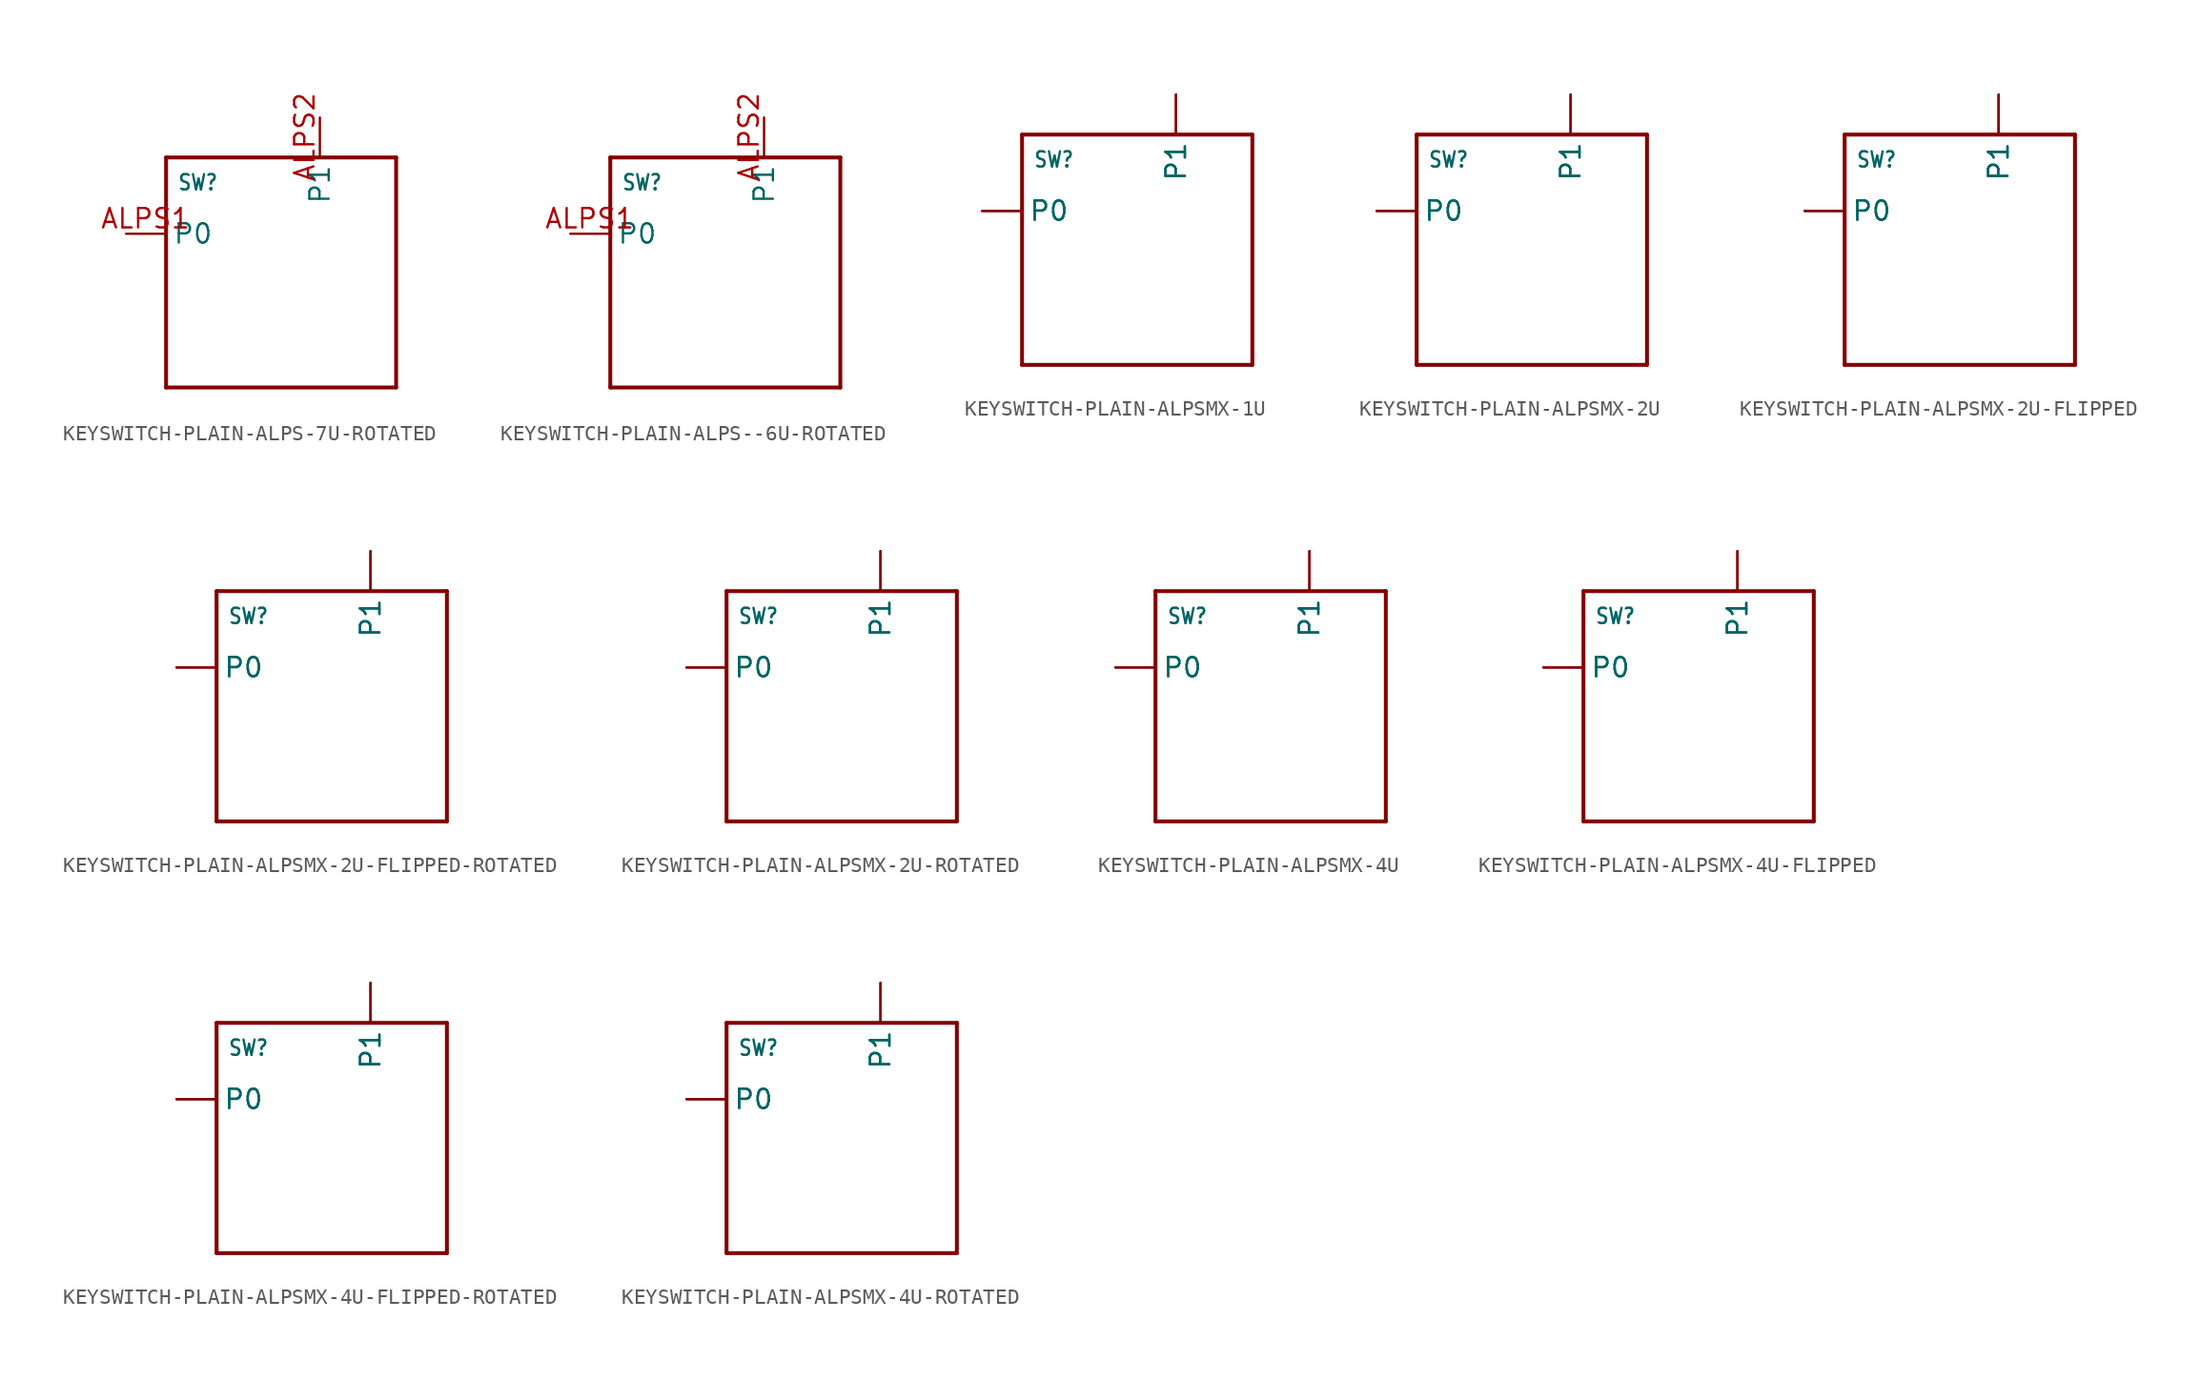
<source format=kicad_sym>
(kicad_symbol_lib
  (version 20211014)
  (generator kicad_symbol_editor)
  (symbol "KEYSWITCH-PLAIN-ALPS-7U-ROTATED"
    (property "Reference" "SW"
      (at -6.81 5.318 0)
      (effects (font (size 1 0.85)) (justify left bottom)))
    (property "ki_locked" ""
      (at 0 0 0)
      (effects (font (size 1.27 1.27))))
    (symbol "KEYSWITCH-PLAIN-ALPS-7U-ROTATED_1_0"
      (polyline (pts (xy -7.54 -7.54) (xy -7.54 7.54)) (stroke (width 0.254) (type default) (color 0 0 0 0)) (fill (type none)))
      (polyline (pts (xy -7.54 7.54) (xy 7.54 7.54)) (stroke (width 0.254) (type default) (color 0 0 0 0)) (fill (type none)))
      (polyline (pts (xy 7.54 -7.54) (xy -7.54 -7.54)) (stroke (width 0.254) (type default) (color 0 0 0 0)) (fill (type none)))
      (polyline (pts (xy 7.54 7.54) (xy 7.54 -7.54)) (stroke (width 0.254) (type default) (color 0 0 0 0)) (fill (type none)))
      (pin bidirectional line (at -10.16 2.54 0) (length 2.54) (name "P0" (effects (font (size 1.27 1.27)))) (number "ALPS1" (effects (font (size 1.27 1.27)))))
      (pin bidirectional line (at 2.54 10.16 270) (length 2.54) (name "P1" (effects (font (size 1.27 1.27)))) (number "ALPS2" (effects (font (size 1.27 1.27)))))))
  (symbol "KEYSWITCH-PLAIN-ALPS--6U-ROTATED"
    (property "Reference" "SW"
      (at -6.81 5.318 0)
      (effects (font (size 1 0.85)) (justify left bottom)))
    (property "ki_locked" ""
      (at 0 0 0)
      (effects (font (size 1.27 1.27))))
    (symbol "KEYSWITCH-PLAIN-ALPS--6U-ROTATED_1_0"
      (polyline (pts (xy -7.54 -7.54) (xy -7.54 7.54)) (stroke (width 0.254) (type default) (color 0 0 0 0)) (fill (type none)))
      (polyline (pts (xy -7.54 7.54) (xy 7.54 7.54)) (stroke (width 0.254) (type default) (color 0 0 0 0)) (fill (type none)))
      (polyline (pts (xy 7.54 -7.54) (xy -7.54 -7.54)) (stroke (width 0.254) (type default) (color 0 0 0 0)) (fill (type none)))
      (polyline (pts (xy 7.54 7.54) (xy 7.54 -7.54)) (stroke (width 0.254) (type default) (color 0 0 0 0)) (fill (type none)))
      (pin bidirectional line (at -10.16 2.54 0) (length 2.54) (name "P0" (effects (font (size 1.27 1.27)))) (number "ALPS1" (effects (font (size 1.27 1.27)))))
      (pin bidirectional line (at 2.54 10.16 270) (length 2.54) (name "P1" (effects (font (size 1.27 1.27)))) (number "ALPS2" (effects (font (size 1.27 1.27)))))))
  (symbol "KEYSWITCH-PLAIN-ALPSMX-1U"
    (property "Reference" "SW"
      (at -6.81 5.318 0)
      (effects (font (size 1 0.85)) (justify left bottom)))
    (property "ki_locked" ""
      (at 0 0 0)
      (effects (font (size 1.27 1.27))))
    (symbol "KEYSWITCH-PLAIN-ALPSMX-1U_1_0"
      (polyline (pts (xy -7.54 -7.54) (xy -7.54 7.54)) (stroke (width 0.254) (type default) (color 0 0 0 0)) (fill (type none)))
      (polyline (pts (xy -7.54 7.54) (xy 7.54 7.54)) (stroke (width 0.254) (type default) (color 0 0 0 0)) (fill (type none)))
      (polyline (pts (xy 7.54 -7.54) (xy -7.54 -7.54)) (stroke (width 0.254) (type default) (color 0 0 0 0)) (fill (type none)))
      (polyline (pts (xy 7.54 7.54) (xy 7.54 -7.54)) (stroke (width 0.254) (type default) (color 0 0 0 0)) (fill (type none)))
      (pin bidirectional line (at -10.16 2.54 0) (length 2.54) (name "P0" (effects (font (size 1.27 1.27)))) (number "ALPS1" (effects (font (size 0 0)))))
      (pin bidirectional line (at 2.54 10.16 270) (length 2.54) (name "P1" (effects (font (size 1.27 1.27)))) (number "ALPS2" (effects (font (size 0 0)))))
      (pin bidirectional line (at -10.16 2.54 0) (length 2.54) (name "P0" (effects (font (size 1.27 1.27)))) (number "MX1" (effects (font (size 0 0)))))
      (pin bidirectional line (at 2.54 10.16 270) (length 2.54) (name "P1" (effects (font (size 1.27 1.27)))) (number "MX2" (effects (font (size 0 0)))))))
  (symbol "KEYSWITCH-PLAIN-ALPSMX-2U"
    (property "Reference" "SW"
      (at -6.81 5.318 0)
      (effects (font (size 1 0.85)) (justify left bottom)))
    (property "ki_locked" ""
      (at 0 0 0)
      (effects (font (size 1.27 1.27))))
    (symbol "KEYSWITCH-PLAIN-ALPSMX-2U_1_0"
      (polyline (pts (xy -7.54 -7.54) (xy -7.54 7.54)) (stroke (width 0.254) (type default) (color 0 0 0 0)) (fill (type none)))
      (polyline (pts (xy -7.54 7.54) (xy 7.54 7.54)) (stroke (width 0.254) (type default) (color 0 0 0 0)) (fill (type none)))
      (polyline (pts (xy 7.54 -7.54) (xy -7.54 -7.54)) (stroke (width 0.254) (type default) (color 0 0 0 0)) (fill (type none)))
      (polyline (pts (xy 7.54 7.54) (xy 7.54 -7.54)) (stroke (width 0.254) (type default) (color 0 0 0 0)) (fill (type none)))
      (pin bidirectional line (at -10.16 2.54 0) (length 2.54) (name "P0" (effects (font (size 1.27 1.27)))) (number "ALPS1" (effects (font (size 0 0)))))
      (pin bidirectional line (at 2.54 10.16 270) (length 2.54) (name "P1" (effects (font (size 1.27 1.27)))) (number "ALPS2" (effects (font (size 0 0)))))
      (pin bidirectional line (at -10.16 2.54 0) (length 2.54) (name "P0" (effects (font (size 1.27 1.27)))) (number "MX1" (effects (font (size 0 0)))))
      (pin bidirectional line (at 2.54 10.16 270) (length 2.54) (name "P1" (effects (font (size 1.27 1.27)))) (number "MX2" (effects (font (size 0 0)))))))
  (symbol "KEYSWITCH-PLAIN-ALPSMX-2U-FLIPPED"
    (property "Reference" "SW"
      (at -6.81 5.318 0)
      (effects (font (size 1 0.85)) (justify left bottom)))
    (property "ki_locked" ""
      (at 0 0 0)
      (effects (font (size 1.27 1.27))))
    (symbol "KEYSWITCH-PLAIN-ALPSMX-2U-FLIPPED_1_0"
      (polyline (pts (xy -7.54 -7.54) (xy -7.54 7.54)) (stroke (width 0.254) (type default) (color 0 0 0 0)) (fill (type none)))
      (polyline (pts (xy -7.54 7.54) (xy 7.54 7.54)) (stroke (width 0.254) (type default) (color 0 0 0 0)) (fill (type none)))
      (polyline (pts (xy 7.54 -7.54) (xy -7.54 -7.54)) (stroke (width 0.254) (type default) (color 0 0 0 0)) (fill (type none)))
      (polyline (pts (xy 7.54 7.54) (xy 7.54 -7.54)) (stroke (width 0.254) (type default) (color 0 0 0 0)) (fill (type none)))
      (pin bidirectional line (at -10.16 2.54 0) (length 2.54) (name "P0" (effects (font (size 1.27 1.27)))) (number "ALPS1" (effects (font (size 0 0)))))
      (pin bidirectional line (at 2.54 10.16 270) (length 2.54) (name "P1" (effects (font (size 1.27 1.27)))) (number "ALPS2" (effects (font (size 0 0)))))
      (pin bidirectional line (at -10.16 2.54 0) (length 2.54) (name "P0" (effects (font (size 1.27 1.27)))) (number "MX1" (effects (font (size 0 0)))))
      (pin bidirectional line (at 2.54 10.16 270) (length 2.54) (name "P1" (effects (font (size 1.27 1.27)))) (number "MX2" (effects (font (size 0 0)))))))
  (symbol "KEYSWITCH-PLAIN-ALPSMX-2U-FLIPPED-ROTATED"
    (property "Reference" "SW"
      (at -6.81 5.318 0)
      (effects (font (size 1 0.85)) (justify left bottom)))
    (property "ki_locked" ""
      (at 0 0 0)
      (effects (font (size 1.27 1.27))))
    (symbol "KEYSWITCH-PLAIN-ALPSMX-2U-FLIPPED-ROTATED_1_0"
      (polyline (pts (xy -7.54 -7.54) (xy -7.54 7.54)) (stroke (width 0.254) (type default) (color 0 0 0 0)) (fill (type none)))
      (polyline (pts (xy -7.54 7.54) (xy 7.54 7.54)) (stroke (width 0.254) (type default) (color 0 0 0 0)) (fill (type none)))
      (polyline (pts (xy 7.54 -7.54) (xy -7.54 -7.54)) (stroke (width 0.254) (type default) (color 0 0 0 0)) (fill (type none)))
      (polyline (pts (xy 7.54 7.54) (xy 7.54 -7.54)) (stroke (width 0.254) (type default) (color 0 0 0 0)) (fill (type none)))
      (pin bidirectional line (at -10.16 2.54 0) (length 2.54) (name "P0" (effects (font (size 1.27 1.27)))) (number "ALPS1" (effects (font (size 0 0)))))
      (pin bidirectional line (at 2.54 10.16 270) (length 2.54) (name "P1" (effects (font (size 1.27 1.27)))) (number "ALPS2" (effects (font (size 0 0)))))
      (pin bidirectional line (at -10.16 2.54 0) (length 2.54) (name "P0" (effects (font (size 1.27 1.27)))) (number "MX1" (effects (font (size 0 0)))))
      (pin bidirectional line (at 2.54 10.16 270) (length 2.54) (name "P1" (effects (font (size 1.27 1.27)))) (number "MX2" (effects (font (size 0 0)))))))
  (symbol "KEYSWITCH-PLAIN-ALPSMX-2U-ROTATED"
    (property "Reference" "SW"
      (at -6.81 5.318 0)
      (effects (font (size 1 0.85)) (justify left bottom)))
    (property "ki_locked" ""
      (at 0 0 0)
      (effects (font (size 1.27 1.27))))
    (symbol "KEYSWITCH-PLAIN-ALPSMX-2U-ROTATED_1_0"
      (polyline (pts (xy -7.54 -7.54) (xy -7.54 7.54)) (stroke (width 0.254) (type default) (color 0 0 0 0)) (fill (type none)))
      (polyline (pts (xy -7.54 7.54) (xy 7.54 7.54)) (stroke (width 0.254) (type default) (color 0 0 0 0)) (fill (type none)))
      (polyline (pts (xy 7.54 -7.54) (xy -7.54 -7.54)) (stroke (width 0.254) (type default) (color 0 0 0 0)) (fill (type none)))
      (polyline (pts (xy 7.54 7.54) (xy 7.54 -7.54)) (stroke (width 0.254) (type default) (color 0 0 0 0)) (fill (type none)))
      (pin bidirectional line (at -10.16 2.54 0) (length 2.54) (name "P0" (effects (font (size 1.27 1.27)))) (number "ALPS1" (effects (font (size 0 0)))))
      (pin bidirectional line (at 2.54 10.16 270) (length 2.54) (name "P1" (effects (font (size 1.27 1.27)))) (number "ALPS2" (effects (font (size 0 0)))))
      (pin bidirectional line (at -10.16 2.54 0) (length 2.54) (name "P0" (effects (font (size 1.27 1.27)))) (number "MX1" (effects (font (size 0 0)))))
      (pin bidirectional line (at 2.54 10.16 270) (length 2.54) (name "P1" (effects (font (size 1.27 1.27)))) (number "MX2" (effects (font (size 0 0)))))))
  (symbol "KEYSWITCH-PLAIN-ALPSMX-4U"
    (property "Reference" "SW"
      (at -6.81 5.318 0)
      (effects (font (size 1 0.85)) (justify left bottom)))
    (property "ki_locked" ""
      (at 0 0 0)
      (effects (font (size 1.27 1.27))))
    (symbol "KEYSWITCH-PLAIN-ALPSMX-4U_1_0"
      (polyline (pts (xy -7.54 -7.54) (xy -7.54 7.54)) (stroke (width 0.254) (type default) (color 0 0 0 0)) (fill (type none)))
      (polyline (pts (xy -7.54 7.54) (xy 7.54 7.54)) (stroke (width 0.254) (type default) (color 0 0 0 0)) (fill (type none)))
      (polyline (pts (xy 7.54 -7.54) (xy -7.54 -7.54)) (stroke (width 0.254) (type default) (color 0 0 0 0)) (fill (type none)))
      (polyline (pts (xy 7.54 7.54) (xy 7.54 -7.54)) (stroke (width 0.254) (type default) (color 0 0 0 0)) (fill (type none)))
      (pin bidirectional line (at -10.16 2.54 0) (length 2.54) (name "P0" (effects (font (size 1.27 1.27)))) (number "ALPS1" (effects (font (size 0 0)))))
      (pin bidirectional line (at 2.54 10.16 270) (length 2.54) (name "P1" (effects (font (size 1.27 1.27)))) (number "ALPS2" (effects (font (size 0 0)))))
      (pin bidirectional line (at -10.16 2.54 0) (length 2.54) (name "P0" (effects (font (size 1.27 1.27)))) (number "MX1" (effects (font (size 0 0)))))
      (pin bidirectional line (at 2.54 10.16 270) (length 2.54) (name "P1" (effects (font (size 1.27 1.27)))) (number "MX2" (effects (font (size 0 0)))))))
  (symbol "KEYSWITCH-PLAIN-ALPSMX-4U-FLIPPED"
    (property "Reference" "SW"
      (at -6.81 5.318 0)
      (effects (font (size 1 0.85)) (justify left bottom)))
    (property "ki_locked" ""
      (at 0 0 0)
      (effects (font (size 1.27 1.27))))
    (symbol "KEYSWITCH-PLAIN-ALPSMX-4U-FLIPPED_1_0"
      (polyline (pts (xy -7.54 -7.54) (xy -7.54 7.54)) (stroke (width 0.254) (type default) (color 0 0 0 0)) (fill (type none)))
      (polyline (pts (xy -7.54 7.54) (xy 7.54 7.54)) (stroke (width 0.254) (type default) (color 0 0 0 0)) (fill (type none)))
      (polyline (pts (xy 7.54 -7.54) (xy -7.54 -7.54)) (stroke (width 0.254) (type default) (color 0 0 0 0)) (fill (type none)))
      (polyline (pts (xy 7.54 7.54) (xy 7.54 -7.54)) (stroke (width 0.254) (type default) (color 0 0 0 0)) (fill (type none)))
      (pin bidirectional line (at -10.16 2.54 0) (length 2.54) (name "P0" (effects (font (size 1.27 1.27)))) (number "ALPS1" (effects (font (size 0 0)))))
      (pin bidirectional line (at 2.54 10.16 270) (length 2.54) (name "P1" (effects (font (size 1.27 1.27)))) (number "ALPS2" (effects (font (size 0 0)))))
      (pin bidirectional line (at -10.16 2.54 0) (length 2.54) (name "P0" (effects (font (size 1.27 1.27)))) (number "MX1" (effects (font (size 0 0)))))
      (pin bidirectional line (at 2.54 10.16 270) (length 2.54) (name "P1" (effects (font (size 1.27 1.27)))) (number "MX2" (effects (font (size 0 0)))))))
  (symbol "KEYSWITCH-PLAIN-ALPSMX-4U-FLIPPED-ROTATED"
    (property "Reference" "SW"
      (at -6.81 5.318 0)
      (effects (font (size 1 0.85)) (justify left bottom)))
    (property "ki_locked" ""
      (at 0 0 0)
      (effects (font (size 1.27 1.27))))
    (symbol "KEYSWITCH-PLAIN-ALPSMX-4U-FLIPPED-ROTATED_1_0"
      (polyline (pts (xy -7.54 -7.54) (xy -7.54 7.54)) (stroke (width 0.254) (type default) (color 0 0 0 0)) (fill (type none)))
      (polyline (pts (xy -7.54 7.54) (xy 7.54 7.54)) (stroke (width 0.254) (type default) (color 0 0 0 0)) (fill (type none)))
      (polyline (pts (xy 7.54 -7.54) (xy -7.54 -7.54)) (stroke (width 0.254) (type default) (color 0 0 0 0)) (fill (type none)))
      (polyline (pts (xy 7.54 7.54) (xy 7.54 -7.54)) (stroke (width 0.254) (type default) (color 0 0 0 0)) (fill (type none)))
      (pin bidirectional line (at -10.16 2.54 0) (length 2.54) (name "P0" (effects (font (size 1.27 1.27)))) (number "ALPS1" (effects (font (size 0 0)))))
      (pin bidirectional line (at 2.54 10.16 270) (length 2.54) (name "P1" (effects (font (size 1.27 1.27)))) (number "ALPS2" (effects (font (size 0 0)))))
      (pin bidirectional line (at -10.16 2.54 0) (length 2.54) (name "P0" (effects (font (size 1.27 1.27)))) (number "MX1" (effects (font (size 0 0)))))
      (pin bidirectional line (at 2.54 10.16 270) (length 2.54) (name "P1" (effects (font (size 1.27 1.27)))) (number "MX2" (effects (font (size 0 0)))))))
  (symbol "KEYSWITCH-PLAIN-ALPSMX-4U-ROTATED"
    (property "Reference" "SW"
      (at -6.81 5.318 0)
      (effects (font (size 1 0.85)) (justify left bottom)))
    (property "ki_locked" ""
      (at 0 0 0)
      (effects (font (size 1.27 1.27))))
    (symbol "KEYSWITCH-PLAIN-ALPSMX-4U-ROTATED_1_0"
      (polyline (pts (xy -7.54 -7.54) (xy -7.54 7.54)) (stroke (width 0.254) (type default) (color 0 0 0 0)) (fill (type none)))
      (polyline (pts (xy -7.54 7.54) (xy 7.54 7.54)) (stroke (width 0.254) (type default) (color 0 0 0 0)) (fill (type none)))
      (polyline (pts (xy 7.54 -7.54) (xy -7.54 -7.54)) (stroke (width 0.254) (type default) (color 0 0 0 0)) (fill (type none)))
      (polyline (pts (xy 7.54 7.54) (xy 7.54 -7.54)) (stroke (width 0.254) (type default) (color 0 0 0 0)) (fill (type none)))
      (pin bidirectional line (at -10.16 2.54 0) (length 2.54) (name "P0" (effects (font (size 1.27 1.27)))) (number "ALPS1" (effects (font (size 0 0)))))
      (pin bidirectional line (at 2.54 10.16 270) (length 2.54) (name "P1" (effects (font (size 1.27 1.27)))) (number "ALPS2" (effects (font (size 0 0)))))
      (pin bidirectional line (at -10.16 2.54 0) (length 2.54) (name "P0" (effects (font (size 1.27 1.27)))) (number "MX1" (effects (font (size 0 0)))))
      (pin bidirectional line (at 2.54 10.16 270) (length 2.54) (name "P1" (effects (font (size 1.27 1.27)))) (number "MX2" (effects (font (size 0 0))))))))
</source>
